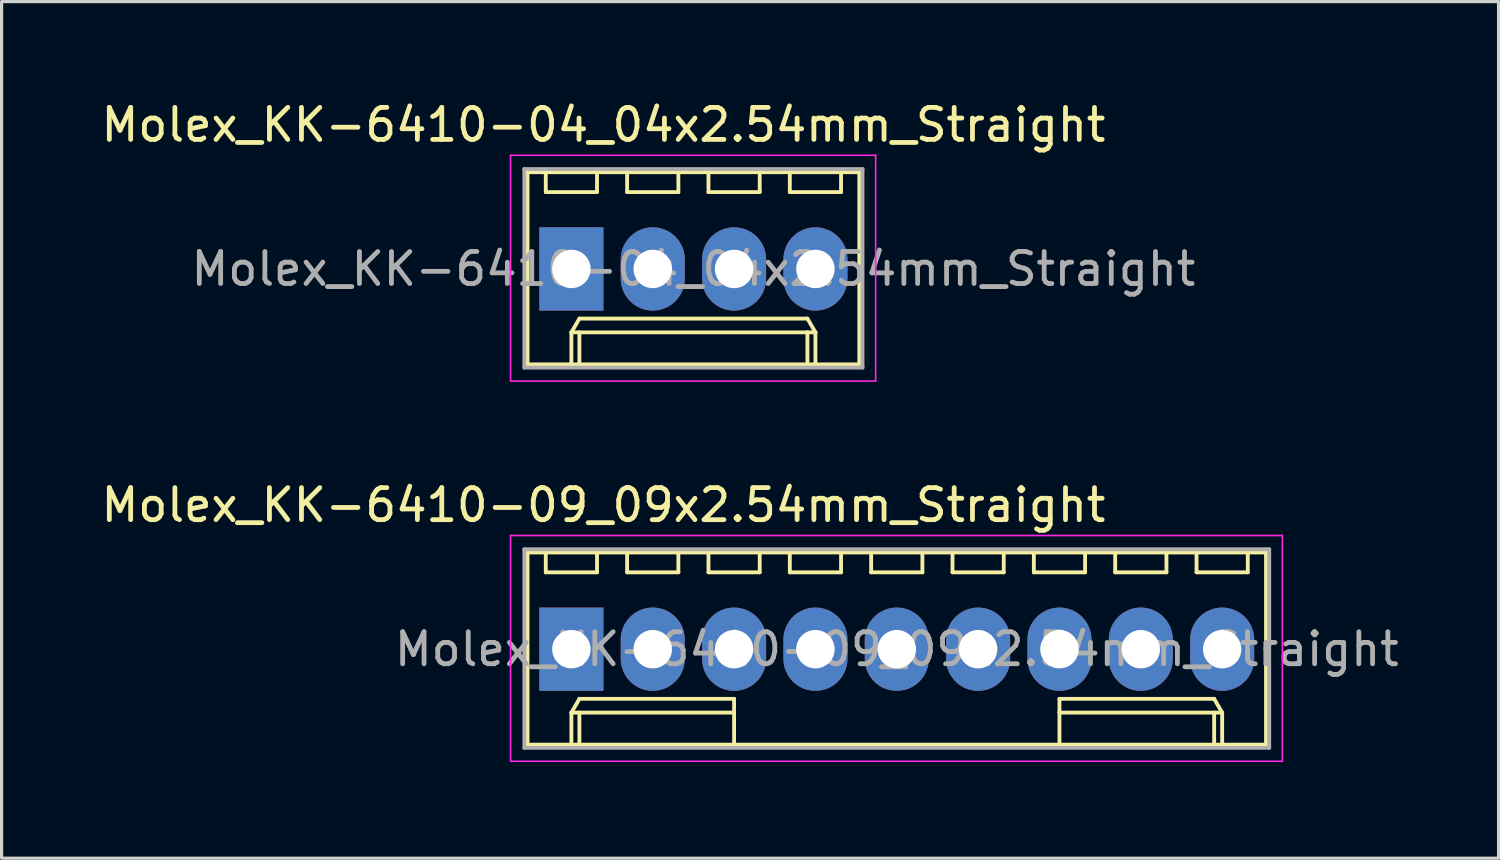
<source format=kicad_pcb>
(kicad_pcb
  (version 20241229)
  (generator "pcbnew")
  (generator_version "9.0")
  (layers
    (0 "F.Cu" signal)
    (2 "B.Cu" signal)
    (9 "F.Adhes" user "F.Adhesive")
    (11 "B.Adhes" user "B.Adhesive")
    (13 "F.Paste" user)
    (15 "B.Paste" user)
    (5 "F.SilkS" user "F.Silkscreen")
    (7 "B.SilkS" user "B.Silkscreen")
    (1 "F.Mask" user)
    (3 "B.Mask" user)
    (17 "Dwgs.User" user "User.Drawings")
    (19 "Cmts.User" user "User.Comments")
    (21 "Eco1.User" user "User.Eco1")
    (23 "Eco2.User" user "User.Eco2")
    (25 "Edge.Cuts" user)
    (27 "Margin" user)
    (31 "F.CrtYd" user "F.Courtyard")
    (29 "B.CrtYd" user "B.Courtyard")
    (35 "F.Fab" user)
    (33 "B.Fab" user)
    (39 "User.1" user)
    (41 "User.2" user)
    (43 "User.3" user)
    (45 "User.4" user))
  (footprint "Molex_KK-6410-09_09x2.54mm_Straight"
    (layer "F.Cu")
    (at 14.792 17.221)
    (property "Reference" "Molex_KK-6410-09_09x2.54mm_Straight" (at 1 -4.5 0) (layer "F.SilkS") (effects (font (size 1 1) (thickness 0.15))))
    (attr through_hole)
    (fp_line (start -1.37 -3.02) (end -1.37 2.98) (stroke (width 0.12) (type solid)) (layer "F.SilkS"))
    (fp_line (start -1.37 2.98) (end 21.69 2.98) (stroke (width 0.12) (type solid)) (layer "F.SilkS"))
    (fp_line (start -0.8 -3.02) (end -0.8 -2.4) (stroke (width 0.12) (type solid)) (layer "F.SilkS"))
    (fp_line (start -0.8 -2.4) (end 0.8 -2.4) (stroke (width 0.12) (type solid)) (layer "F.SilkS"))
    (fp_line (start 0 1.98) (end 0.25 1.55) (stroke (width 0.12) (type solid)) (layer "F.SilkS"))
    (fp_line (start 0 1.98) (end 5.08 1.98) (stroke (width 0.12) (type solid)) (layer "F.SilkS"))
    (fp_line (start 0 2.98) (end 0 1.98) (stroke (width 0.12) (type solid)) (layer "F.SilkS"))
    (fp_line (start 0.25 1.55) (end 5.08 1.55) (stroke (width 0.12) (type solid)) (layer "F.SilkS"))
    (fp_line (start 0.25 2.98) (end 0.25 1.98) (stroke (width 0.12) (type solid)) (layer "F.SilkS"))
    (fp_line (start 0.8 -2.4) (end 0.8 -3.02) (stroke (width 0.12) (type solid)) (layer "F.SilkS"))
    (fp_line (start 1.74 -3.02) (end 1.74 -2.4) (stroke (width 0.12) (type solid)) (layer "F.SilkS"))
    (fp_line (start 1.74 -2.4) (end 3.34 -2.4) (stroke (width 0.12) (type solid)) (layer "F.SilkS"))
    (fp_line (start 3.34 -2.4) (end 3.34 -3.02) (stroke (width 0.12) (type solid)) (layer "F.SilkS"))
    (fp_line (start 4.28 -3.02) (end 4.28 -2.4) (stroke (width 0.12) (type solid)) (layer "F.SilkS"))
    (fp_line (start 4.28 -2.4) (end 5.88 -2.4) (stroke (width 0.12) (type solid)) (layer "F.SilkS"))
    (fp_line (start 5.08 1.55) (end 5.08 1.98) (stroke (width 0.12) (type solid)) (layer "F.SilkS"))
    (fp_line (start 5.08 1.98) (end 5.08 2.98) (stroke (width 0.12) (type solid)) (layer "F.SilkS"))
    (fp_line (start 5.88 -2.4) (end 5.88 -3.02) (stroke (width 0.12) (type solid)) (layer "F.SilkS"))
    (fp_line (start 6.82 -3.02) (end 6.82 -2.4) (stroke (width 0.12) (type solid)) (layer "F.SilkS"))
    (fp_line (start 6.82 -2.4) (end 8.42 -2.4) (stroke (width 0.12) (type solid)) (layer "F.SilkS"))
    (fp_line (start 8.42 -2.4) (end 8.42 -3.02) (stroke (width 0.12) (type solid)) (layer "F.SilkS"))
    (fp_line (start 9.36 -3.02) (end 9.36 -2.4) (stroke (width 0.12) (type solid)) (layer "F.SilkS"))
    (fp_line (start 9.36 -2.4) (end 10.96 -2.4) (stroke (width 0.12) (type solid)) (layer "F.SilkS"))
    (fp_line (start 10.96 -2.4) (end 10.96 -3.02) (stroke (width 0.12) (type solid)) (layer "F.SilkS"))
    (fp_line (start 11.9 -3.02) (end 11.9 -2.4) (stroke (width 0.12) (type solid)) (layer "F.SilkS"))
    (fp_line (start 11.9 -2.4) (end 13.5 -2.4) (stroke (width 0.12) (type solid)) (layer "F.SilkS"))
    (fp_line (start 13.5 -2.4) (end 13.5 -3.02) (stroke (width 0.12) (type solid)) (layer "F.SilkS"))
    (fp_line (start 14.44 -3.02) (end 14.44 -2.4) (stroke (width 0.12) (type solid)) (layer "F.SilkS"))
    (fp_line (start 14.44 -2.4) (end 16.04 -2.4) (stroke (width 0.12) (type solid)) (layer "F.SilkS"))
    (fp_line (start 15.24 1.55) (end 15.24 1.98) (stroke (width 0.12) (type solid)) (layer "F.SilkS"))
    (fp_line (start 15.24 1.98) (end 15.24 2.98) (stroke (width 0.12) (type solid)) (layer "F.SilkS"))
    (fp_line (start 16.04 -2.4) (end 16.04 -3.02) (stroke (width 0.12) (type solid)) (layer "F.SilkS"))
    (fp_line (start 16.98 -3.02) (end 16.98 -2.4) (stroke (width 0.12) (type solid)) (layer "F.SilkS"))
    (fp_line (start 16.98 -2.4) (end 18.58 -2.4) (stroke (width 0.12) (type solid)) (layer "F.SilkS"))
    (fp_line (start 18.58 -2.4) (end 18.58 -3.02) (stroke (width 0.12) (type solid)) (layer "F.SilkS"))
    (fp_line (start 19.52 -3.02) (end 19.52 -2.4) (stroke (width 0.12) (type solid)) (layer "F.SilkS"))
    (fp_line (start 19.52 -2.4) (end 21.12 -2.4) (stroke (width 0.12) (type solid)) (layer "F.SilkS"))
    (fp_line (start 20.07 1.55) (end 15.24 1.55) (stroke (width 0.12) (type solid)) (layer "F.SilkS"))
    (fp_line (start 20.07 2.98) (end 20.07 1.98) (stroke (width 0.12) (type solid)) (layer "F.SilkS"))
    (fp_line (start 20.32 1.98) (end 15.24 1.98) (stroke (width 0.12) (type solid)) (layer "F.SilkS"))
    (fp_line (start 20.32 1.98) (end 20.07 1.55) (stroke (width 0.12) (type solid)) (layer "F.SilkS"))
    (fp_line (start 20.32 2.98) (end 20.32 1.98) (stroke (width 0.12) (type solid)) (layer "F.SilkS"))
    (fp_line (start 21.12 -2.4) (end 21.12 -3.02) (stroke (width 0.12) (type solid)) (layer "F.SilkS"))
    (fp_line (start 21.69 -3.02) (end -1.37 -3.02) (stroke (width 0.12) (type solid)) (layer "F.SilkS"))
    (fp_line (start 21.69 2.98) (end 21.69 -3.02) (stroke (width 0.12) (type solid)) (layer "F.SilkS"))
    (fp_line (start -1.9 -3.55) (end 22.2 -3.55) (stroke (width 0.05) (type solid)) (layer "F.CrtYd"))
    (fp_line (start -1.9 3.5) (end -1.9 -3.55) (stroke (width 0.05) (type solid)) (layer "F.CrtYd"))
    (fp_line (start 22.2 -3.55) (end 22.2 3.5) (stroke (width 0.05) (type solid)) (layer "F.CrtYd"))
    (fp_line (start 22.2 3.5) (end -1.9 3.5) (stroke (width 0.05) (type solid)) (layer "F.CrtYd"))
    (fp_line (start -1.47 -3.12) (end -1.47 3.08) (stroke (width 0.12) (type solid)) (layer "F.Fab"))
    (fp_line (start -1.47 3.08) (end 21.79 3.08) (stroke (width 0.12) (type solid)) (layer "F.Fab"))
    (fp_line (start 21.79 -3.12) (end -1.47 -3.12) (stroke (width 0.12) (type solid)) (layer "F.Fab"))
    (fp_line (start 21.79 3.08) (end 21.79 -3.12) (stroke (width 0.12) (type solid)) (layer "F.Fab"))
    (fp_text user "${REFERENCE}" (at 10.16 0 0) (layer "F.Fab") (effects (font (size 1 1) (thickness 0.15))))
    (pad "1" thru_hole rect (at 0 0) (size 2 2.6) (drill 1.2) (layers "*.Cu" "*.Mask"))
    (pad "2" thru_hole oval (at 2.54 0) (size 2 2.6) (drill 1.2) (layers "*.Cu" "*.Mask"))
    (pad "3" thru_hole oval (at 5.08 0) (size 2 2.6) (drill 1.2) (layers "*.Cu" "*.Mask"))
    (pad "4" thru_hole oval (at 7.62 0) (size 2 2.6) (drill 1.2) (layers "*.Cu" "*.Mask"))
    (pad "5" thru_hole oval (at 10.16 0) (size 2 2.6) (drill 1.2) (layers "*.Cu" "*.Mask"))
    (pad "6" thru_hole oval (at 12.7 0) (size 2 2.6) (drill 1.2) (layers "*.Cu" "*.Mask"))
    (pad "7" thru_hole oval (at 15.24 0) (size 2 2.6) (drill 1.2) (layers "*.Cu" "*.Mask"))
    (pad "8" thru_hole oval (at 17.78 0) (size 2 2.6) (drill 1.2) (layers "*.Cu" "*.Mask"))
    (pad "9" thru_hole oval (at 20.32 0) (size 2 2.6) (drill 1.2) (layers "*.Cu" "*.Mask")))
  (footprint "Molex_KK-6410-04_04x2.54mm_Straight"
    (layer "F.Cu")
    (at 14.792 5.348)
    (property "Reference" "Molex_KK-6410-04_04x2.54mm_Straight" (at 1 -4.5 0) (layer "F.SilkS") (effects (font (size 1 1) (thickness 0.15))))
    (attr through_hole)
    (fp_line (start -1.37 -3.02) (end -1.37 2.98) (stroke (width 0.12) (type solid)) (layer "F.SilkS"))
    (fp_line (start -1.37 2.98) (end 8.99 2.98) (stroke (width 0.12) (type solid)) (layer "F.SilkS"))
    (fp_line (start -0.8 -3.02) (end -0.8 -2.4) (stroke (width 0.12) (type solid)) (layer "F.SilkS"))
    (fp_line (start -0.8 -2.4) (end 0.8 -2.4) (stroke (width 0.12) (type solid)) (layer "F.SilkS"))
    (fp_line (start 0 1.98) (end 0.25 1.55) (stroke (width 0.12) (type solid)) (layer "F.SilkS"))
    (fp_line (start 0 1.98) (end 7.62 1.98) (stroke (width 0.12) (type solid)) (layer "F.SilkS"))
    (fp_line (start 0 2.98) (end 0 1.98) (stroke (width 0.12) (type solid)) (layer "F.SilkS"))
    (fp_line (start 0.25 1.55) (end 7.37 1.55) (stroke (width 0.12) (type solid)) (layer "F.SilkS"))
    (fp_line (start 0.25 2.98) (end 0.25 1.98) (stroke (width 0.12) (type solid)) (layer "F.SilkS"))
    (fp_line (start 0.8 -2.4) (end 0.8 -3.02) (stroke (width 0.12) (type solid)) (layer "F.SilkS"))
    (fp_line (start 1.74 -3.02) (end 1.74 -2.4) (stroke (width 0.12) (type solid)) (layer "F.SilkS"))
    (fp_line (start 1.74 -2.4) (end 3.34 -2.4) (stroke (width 0.12) (type solid)) (layer "F.SilkS"))
    (fp_line (start 3.34 -2.4) (end 3.34 -3.02) (stroke (width 0.12) (type solid)) (layer "F.SilkS"))
    (fp_line (start 4.28 -3.02) (end 4.28 -2.4) (stroke (width 0.12) (type solid)) (layer "F.SilkS"))
    (fp_line (start 4.28 -2.4) (end 5.88 -2.4) (stroke (width 0.12) (type solid)) (layer "F.SilkS"))
    (fp_line (start 5.88 -2.4) (end 5.88 -3.02) (stroke (width 0.12) (type solid)) (layer "F.SilkS"))
    (fp_line (start 6.82 -3.02) (end 6.82 -2.4) (stroke (width 0.12) (type solid)) (layer "F.SilkS"))
    (fp_line (start 6.82 -2.4) (end 8.42 -2.4) (stroke (width 0.12) (type solid)) (layer "F.SilkS"))
    (fp_line (start 7.37 1.55) (end 7.62 1.98) (stroke (width 0.12) (type solid)) (layer "F.SilkS"))
    (fp_line (start 7.37 2.98) (end 7.37 1.98) (stroke (width 0.12) (type solid)) (layer "F.SilkS"))
    (fp_line (start 7.62 1.98) (end 7.62 2.98) (stroke (width 0.12) (type solid)) (layer "F.SilkS"))
    (fp_line (start 8.42 -2.4) (end 8.42 -3.02) (stroke (width 0.12) (type solid)) (layer "F.SilkS"))
    (fp_line (start 8.99 -3.02) (end -1.37 -3.02) (stroke (width 0.12) (type solid)) (layer "F.SilkS"))
    (fp_line (start 8.99 2.98) (end 8.99 -3.02) (stroke (width 0.12) (type solid)) (layer "F.SilkS"))
    (fp_line (start -1.9 -3.55) (end 9.5 -3.55) (stroke (width 0.05) (type solid)) (layer "F.CrtYd"))
    (fp_line (start -1.9 3.5) (end -1.9 -3.55) (stroke (width 0.05) (type solid)) (layer "F.CrtYd"))
    (fp_line (start 9.5 -3.55) (end 9.5 3.5) (stroke (width 0.05) (type solid)) (layer "F.CrtYd"))
    (fp_line (start 9.5 3.5) (end -1.9 3.5) (stroke (width 0.05) (type solid)) (layer "F.CrtYd"))
    (fp_line (start -1.47 -3.12) (end -1.47 3.08) (stroke (width 0.12) (type solid)) (layer "F.Fab"))
    (fp_line (start -1.47 3.08) (end 9.09 3.08) (stroke (width 0.12) (type solid)) (layer "F.Fab"))
    (fp_line (start 9.09 -3.12) (end -1.47 -3.12) (stroke (width 0.12) (type solid)) (layer "F.Fab"))
    (fp_line (start 9.09 3.08) (end 9.09 -3.12) (stroke (width 0.12) (type solid)) (layer "F.Fab"))
    (fp_text user "${REFERENCE}" (at 3.81 0 0) (layer "F.Fab") (effects (font (size 1 1) (thickness 0.15))))
    (pad "1" thru_hole rect (at 0 0) (size 2 2.6) (drill 1.2) (layers "*.Cu" "*.Mask"))
    (pad "2" thru_hole oval (at 2.54 0) (size 2 2.6) (drill 1.2) (layers "*.Cu" "*.Mask"))
    (pad "3" thru_hole oval (at 5.08 0) (size 2 2.6) (drill 1.2) (layers "*.Cu" "*.Mask"))
    (pad "4" thru_hole oval (at 7.62 0) (size 2 2.6) (drill 1.2) (layers "*.Cu" "*.Mask")))
  (gr_rect
    (start -3 -3)
    (end 43.743 23.747)
    (stroke (width 0.1) (type default))
    (fill no)
    (layer "Edge.Cuts")))
</source>
